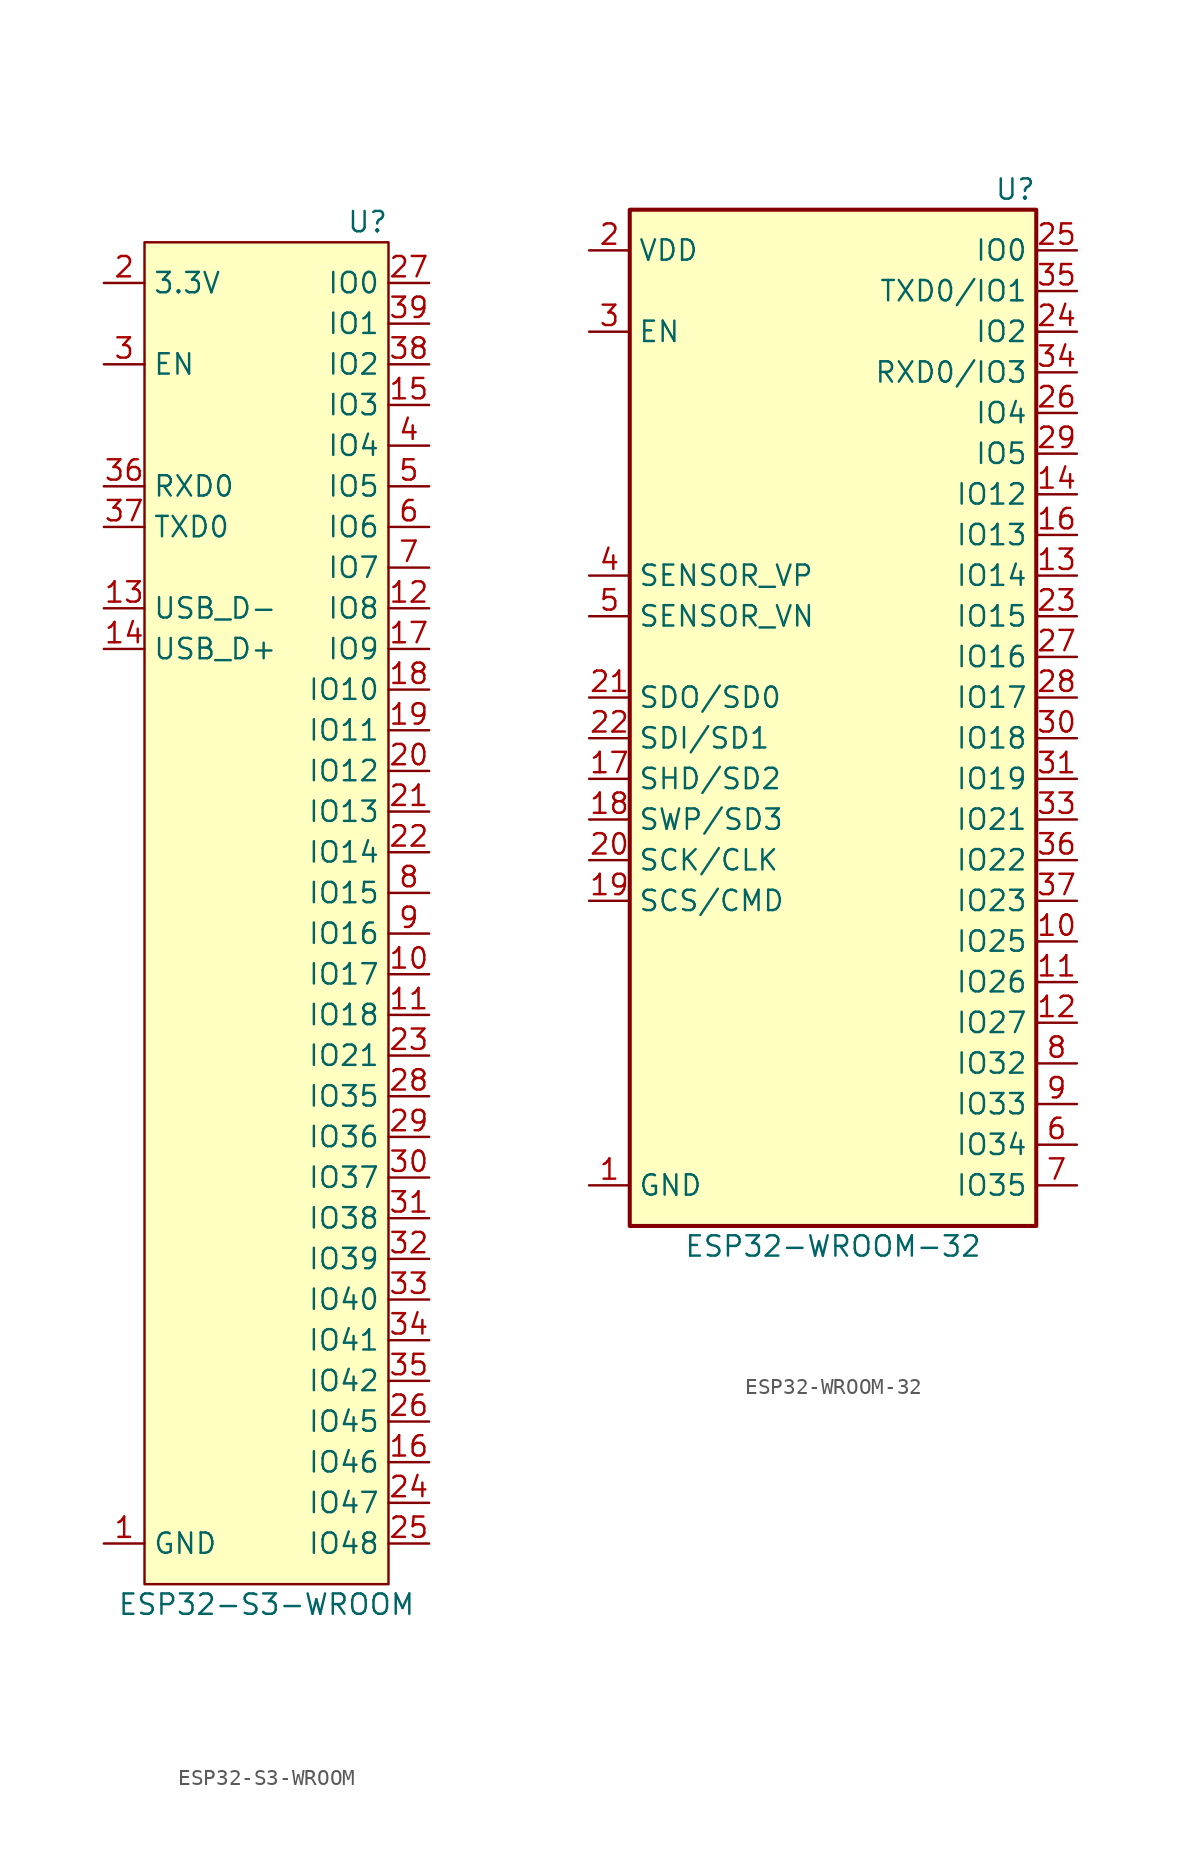
<source format=kicad_sym>
(kicad_symbol_lib
  (version 20231120)
  (generator "kicad_symbol_editor")
  (generator_version "8.0")
  (symbol "ESP32-S3-WROOM"
    (property "Reference" "U"
      (at 7.62 44.45 0)
      (effects (font (size 1.27 1.27)) (justify right)))
    (property "Value" "ESP32-S3-WROOM"
      (at 0 -41.91 0)
      (effects (font (size 1.27 1.27))))
    (symbol "ESP32-S3-WROOM_0_0"
      (pin power_in line (at -10.16 -38.1 0) (length 2.54) (name "GND" (effects (font (size 1.27 1.27)))) (number "1" (effects (font (size 1.27 1.27)))))
      (pin bidirectional line (at 10.16 -2.54 180) (length 2.54) (name "IO17" (effects (font (size 1.27 1.27)))) (number "10" (effects (font (size 1.27 1.27)))))
      (pin bidirectional line (at 10.16 -5.08 180) (length 2.54) (name "IO18" (effects (font (size 1.27 1.27)))) (number "11" (effects (font (size 1.27 1.27)))))
      (pin bidirectional line (at 10.16 20.32 180) (length 2.54) (name "IO8" (effects (font (size 1.27 1.27)))) (number "12" (effects (font (size 1.27 1.27)))))
      (pin bidirectional line (at -10.16 20.32 0) (length 2.54) (name "USB_D-" (effects (font (size 1.27 1.27)))) (number "13" (effects (font (size 1.27 1.27)))))
      (pin bidirectional line (at -10.16 17.78 0) (length 2.54) (name "USB_D+" (effects (font (size 1.27 1.27)))) (number "14" (effects (font (size 1.27 1.27)))))
      (pin bidirectional line (at 10.16 33.02 180) (length 2.54) (name "IO3" (effects (font (size 1.27 1.27)))) (number "15" (effects (font (size 1.27 1.27)))))
      (pin bidirectional line (at 10.16 -33.02 180) (length 2.54) (name "IO46" (effects (font (size 1.27 1.27)))) (number "16" (effects (font (size 1.27 1.27)))))
      (pin bidirectional line (at 10.16 17.78 180) (length 2.54) (name "IO9" (effects (font (size 1.27 1.27)))) (number "17" (effects (font (size 1.27 1.27)))))
      (pin bidirectional line (at 10.16 15.24 180) (length 2.54) (name "IO10" (effects (font (size 1.27 1.27)))) (number "18" (effects (font (size 1.27 1.27)))))
      (pin bidirectional line (at 10.16 12.7 180) (length 2.54) (name "IO11" (effects (font (size 1.27 1.27)))) (number "19" (effects (font (size 1.27 1.27)))))
      (pin power_in line (at -10.16 40.64 0) (length 2.54) (name "3.3V" (effects (font (size 1.27 1.27)))) (number "2" (effects (font (size 1.27 1.27)))))
      (pin bidirectional line (at 10.16 10.16 180) (length 2.54) (name "IO12" (effects (font (size 1.27 1.27)))) (number "20" (effects (font (size 1.27 1.27)))))
      (pin bidirectional line (at 10.16 7.62 180) (length 2.54) (name "IO13" (effects (font (size 1.27 1.27)))) (number "21" (effects (font (size 1.27 1.27)))))
      (pin bidirectional line (at 10.16 5.08 180) (length 2.54) (name "IO14" (effects (font (size 1.27 1.27)))) (number "22" (effects (font (size 1.27 1.27)))))
      (pin bidirectional line (at 10.16 -7.62 180) (length 2.54) (name "IO21" (effects (font (size 1.27 1.27)))) (number "23" (effects (font (size 1.27 1.27)))))
      (pin bidirectional line (at 10.16 -35.56 180) (length 2.54) (name "IO47" (effects (font (size 1.27 1.27)))) (number "24" (effects (font (size 1.27 1.27)))))
      (pin bidirectional line (at 10.16 -38.1 180) (length 2.54) (name "IO48" (effects (font (size 1.27 1.27)))) (number "25" (effects (font (size 1.27 1.27)))))
      (pin bidirectional line (at 10.16 -30.48 180) (length 2.54) (name "IO45" (effects (font (size 1.27 1.27)))) (number "26" (effects (font (size 1.27 1.27)))))
      (pin bidirectional line (at 10.16 40.64 180) (length 2.54) (name "IO0" (effects (font (size 1.27 1.27)))) (number "27" (effects (font (size 1.27 1.27)))))
      (pin bidirectional line (at 10.16 -10.16 180) (length 2.54) (name "IO35" (effects (font (size 1.27 1.27)))) (number "28" (effects (font (size 1.27 1.27)))))
      (pin bidirectional line (at 10.16 -12.7 180) (length 2.54) (name "IO36" (effects (font (size 1.27 1.27)))) (number "29" (effects (font (size 1.27 1.27)))))
      (pin input line (at -10.16 35.56 0) (length 2.54) (name "EN" (effects (font (size 1.27 1.27)))) (number "3" (effects (font (size 1.27 1.27)))))
      (pin bidirectional line (at 10.16 -15.24 180) (length 2.54) (name "IO37" (effects (font (size 1.27 1.27)))) (number "30" (effects (font (size 1.27 1.27)))))
      (pin bidirectional line (at 10.16 -17.78 180) (length 2.54) (name "IO38" (effects (font (size 1.27 1.27)))) (number "31" (effects (font (size 1.27 1.27)))))
      (pin bidirectional line (at 10.16 -20.32 180) (length 2.54) (name "IO39" (effects (font (size 1.27 1.27)))) (number "32" (effects (font (size 1.27 1.27)))))
      (pin bidirectional line (at 10.16 -22.86 180) (length 2.54) (name "IO40" (effects (font (size 1.27 1.27)))) (number "33" (effects (font (size 1.27 1.27)))))
      (pin bidirectional line (at 10.16 -25.4 180) (length 2.54) (name "IO41" (effects (font (size 1.27 1.27)))) (number "34" (effects (font (size 1.27 1.27)))))
      (pin bidirectional line (at 10.16 -27.94 180) (length 2.54) (name "IO42" (effects (font (size 1.27 1.27)))) (number "35" (effects (font (size 1.27 1.27)))))
      (pin input line (at -10.16 27.94 0) (length 2.54) (name "RXD0" (effects (font (size 1.27 1.27)))) (number "36" (effects (font (size 1.27 1.27)))))
      (pin output line (at -10.16 25.4 0) (length 2.54) (name "TXD0" (effects (font (size 1.27 1.27)))) (number "37" (effects (font (size 1.27 1.27)))))
      (pin bidirectional line (at 10.16 35.56 180) (length 2.54) (name "IO2" (effects (font (size 1.27 1.27)))) (number "38" (effects (font (size 1.27 1.27)))))
      (pin bidirectional line (at 10.16 38.1 180) (length 2.54) (name "IO1" (effects (font (size 1.27 1.27)))) (number "39" (effects (font (size 1.27 1.27)))))
      (pin bidirectional line (at 10.16 30.48 180) (length 2.54) (name "IO4" (effects (font (size 1.27 1.27)))) (number "4" (effects (font (size 1.27 1.27)))))
      (pin passive line (at -10.16 -38.1 0) (length 2.54) hide (name "GND" (effects (font (size 1.27 1.27)))) (number "40" (effects (font (size 1.27 1.27)))))
      (pin passive line (at -10.16 -38.1 0) (length 2.54) hide (name "GND" (effects (font (size 1.27 1.27)))) (number "41" (effects (font (size 1.27 1.27)))))
      (pin bidirectional line (at 10.16 27.94 180) (length 2.54) (name "IO5" (effects (font (size 1.27 1.27)))) (number "5" (effects (font (size 1.27 1.27)))))
      (pin bidirectional line (at 10.16 25.4 180) (length 2.54) (name "IO6" (effects (font (size 1.27 1.27)))) (number "6" (effects (font (size 1.27 1.27)))))
      (pin bidirectional line (at 10.16 22.86 180) (length 2.54) (name "IO7" (effects (font (size 1.27 1.27)))) (number "7" (effects (font (size 1.27 1.27)))))
      (pin bidirectional line (at 10.16 2.54 180) (length 2.54) (name "IO15" (effects (font (size 1.27 1.27)))) (number "8" (effects (font (size 1.27 1.27)))))
      (pin bidirectional line (at 10.16 0 180) (length 2.54) (name "IO16" (effects (font (size 1.27 1.27)))) (number "9" (effects (font (size 1.27 1.27))))))
    (symbol "ESP32-S3-WROOM_0_1"
      (rectangle (start -7.62 43.18) (end 7.62 -40.64) (stroke (width 0) (type default)) (fill (type background)))))
  (symbol "ESP32-WROOM-32"
    (property "Reference" "U"
      (at 12.7 34.29 0)
      (effects (font (size 1.27 1.27)) (justify right)))
    (property "Value" "ESP32-WROOM-32"
      (at 0 -31.75 0)
      (effects (font (size 1.27 1.27))))
    (symbol "ESP32-WROOM-32_0_1"
      (rectangle (start -12.7 33.02) (end 12.7 -30.48) (stroke (width 0.254) (type default)) (fill (type background))))
    (symbol "ESP32-WROOM-32_1_1"
      (pin power_in line (at -15.24 -27.94 0) (length 2.54) (name "GND" (effects (font (size 1.27 1.27)))) (number "1" (effects (font (size 1.27 1.27)))))
      (pin bidirectional line (at 15.24 -12.7 180) (length 2.54) (name "IO25" (effects (font (size 1.27 1.27)))) (number "10" (effects (font (size 1.27 1.27)))))
      (pin bidirectional line (at 15.24 -15.24 180) (length 2.54) (name "IO26" (effects (font (size 1.27 1.27)))) (number "11" (effects (font (size 1.27 1.27)))))
      (pin bidirectional line (at 15.24 -17.78 180) (length 2.54) (name "IO27" (effects (font (size 1.27 1.27)))) (number "12" (effects (font (size 1.27 1.27)))))
      (pin bidirectional line (at 15.24 10.16 180) (length 2.54) (name "IO14" (effects (font (size 1.27 1.27)))) (number "13" (effects (font (size 1.27 1.27)))))
      (pin bidirectional line (at 15.24 15.24 180) (length 2.54) (name "IO12" (effects (font (size 1.27 1.27)))) (number "14" (effects (font (size 1.27 1.27)))))
      (pin passive line (at -15.24 -27.94 0) (length 2.54) hide (name "GND" (effects (font (size 1.27 1.27)))) (number "15" (effects (font (size 1.27 1.27)))))
      (pin bidirectional line (at 15.24 12.7 180) (length 2.54) (name "IO13" (effects (font (size 1.27 1.27)))) (number "16" (effects (font (size 1.27 1.27)))))
      (pin bidirectional line (at -15.24 -2.54 0) (length 2.54) (name "SHD/SD2" (effects (font (size 1.27 1.27)))) (number "17" (effects (font (size 1.27 1.27)))))
      (pin bidirectional line (at -15.24 -5.08 0) (length 2.54) (name "SWP/SD3" (effects (font (size 1.27 1.27)))) (number "18" (effects (font (size 1.27 1.27)))))
      (pin bidirectional line (at -15.24 -10.16 0) (length 2.54) (name "SCS/CMD" (effects (font (size 1.27 1.27)))) (number "19" (effects (font (size 1.27 1.27)))))
      (pin power_in line (at -15.24 30.48 0) (length 2.54) (name "VDD" (effects (font (size 1.27 1.27)))) (number "2" (effects (font (size 1.27 1.27)))))
      (pin bidirectional line (at -15.24 -7.62 0) (length 2.54) (name "SCK/CLK" (effects (font (size 1.27 1.27)))) (number "20" (effects (font (size 1.27 1.27)))))
      (pin bidirectional line (at -15.24 2.54 0) (length 2.54) (name "SDO/SD0" (effects (font (size 1.27 1.27)))) (number "21" (effects (font (size 1.27 1.27)))))
      (pin bidirectional line (at -15.24 0 0) (length 2.54) (name "SDI/SD1" (effects (font (size 1.27 1.27)))) (number "22" (effects (font (size 1.27 1.27)))))
      (pin bidirectional line (at 15.24 7.62 180) (length 2.54) (name "IO15" (effects (font (size 1.27 1.27)))) (number "23" (effects (font (size 1.27 1.27)))))
      (pin bidirectional line (at 15.24 25.4 180) (length 2.54) (name "IO2" (effects (font (size 1.27 1.27)))) (number "24" (effects (font (size 1.27 1.27)))))
      (pin bidirectional line (at 15.24 30.48 180) (length 2.54) (name "IO0" (effects (font (size 1.27 1.27)))) (number "25" (effects (font (size 1.27 1.27)))))
      (pin bidirectional line (at 15.24 20.32 180) (length 2.54) (name "IO4" (effects (font (size 1.27 1.27)))) (number "26" (effects (font (size 1.27 1.27)))))
      (pin bidirectional line (at 15.24 5.08 180) (length 2.54) (name "IO16" (effects (font (size 1.27 1.27)))) (number "27" (effects (font (size 1.27 1.27)))))
      (pin bidirectional line (at 15.24 2.54 180) (length 2.54) (name "IO17" (effects (font (size 1.27 1.27)))) (number "28" (effects (font (size 1.27 1.27)))))
      (pin bidirectional line (at 15.24 17.78 180) (length 2.54) (name "IO5" (effects (font (size 1.27 1.27)))) (number "29" (effects (font (size 1.27 1.27)))))
      (pin input line (at -15.24 25.4 0) (length 2.54) (name "EN" (effects (font (size 1.27 1.27)))) (number "3" (effects (font (size 1.27 1.27)))))
      (pin bidirectional line (at 15.24 0 180) (length 2.54) (name "IO18" (effects (font (size 1.27 1.27)))) (number "30" (effects (font (size 1.27 1.27)))))
      (pin bidirectional line (at 15.24 -2.54 180) (length 2.54) (name "IO19" (effects (font (size 1.27 1.27)))) (number "31" (effects (font (size 1.27 1.27)))))
      (pin no_connect line (at -15.24 -25.4 0) (length 2.54) hide (name "NC" (effects (font (size 1.27 1.27)))) (number "32" (effects (font (size 1.27 1.27)))))
      (pin bidirectional line (at 15.24 -5.08 180) (length 2.54) (name "IO21" (effects (font (size 1.27 1.27)))) (number "33" (effects (font (size 1.27 1.27)))))
      (pin bidirectional line (at 15.24 22.86 180) (length 2.54) (name "RXD0/IO3" (effects (font (size 1.27 1.27)))) (number "34" (effects (font (size 1.27 1.27)))))
      (pin bidirectional line (at 15.24 27.94 180) (length 2.54) (name "TXD0/IO1" (effects (font (size 1.27 1.27)))) (number "35" (effects (font (size 1.27 1.27)))))
      (pin bidirectional line (at 15.24 -7.62 180) (length 2.54) (name "IO22" (effects (font (size 1.27 1.27)))) (number "36" (effects (font (size 1.27 1.27)))))
      (pin bidirectional line (at 15.24 -10.16 180) (length 2.54) (name "IO23" (effects (font (size 1.27 1.27)))) (number "37" (effects (font (size 1.27 1.27)))))
      (pin passive line (at -15.24 -27.94 0) (length 2.54) hide (name "GND" (effects (font (size 1.27 1.27)))) (number "38" (effects (font (size 1.27 1.27)))))
      (pin input line (at -15.24 10.16 0) (length 2.54) (name "SENSOR_VP" (effects (font (size 1.27 1.27)))) (number "4" (effects (font (size 1.27 1.27)))))
      (pin input line (at -15.24 7.62 0) (length 2.54) (name "SENSOR_VN" (effects (font (size 1.27 1.27)))) (number "5" (effects (font (size 1.27 1.27)))))
      (pin input line (at 15.24 -25.4 180) (length 2.54) (name "IO34" (effects (font (size 1.27 1.27)))) (number "6" (effects (font (size 1.27 1.27)))))
      (pin input line (at 15.24 -27.94 180) (length 2.54) (name "IO35" (effects (font (size 1.27 1.27)))) (number "7" (effects (font (size 1.27 1.27)))))
      (pin bidirectional line (at 15.24 -20.32 180) (length 2.54) (name "IO32" (effects (font (size 1.27 1.27)))) (number "8" (effects (font (size 1.27 1.27)))))
      (pin bidirectional line (at 15.24 -22.86 180) (length 2.54) (name "IO33" (effects (font (size 1.27 1.27)))) (number "9" (effects (font (size 1.27 1.27))))))))
</source>
